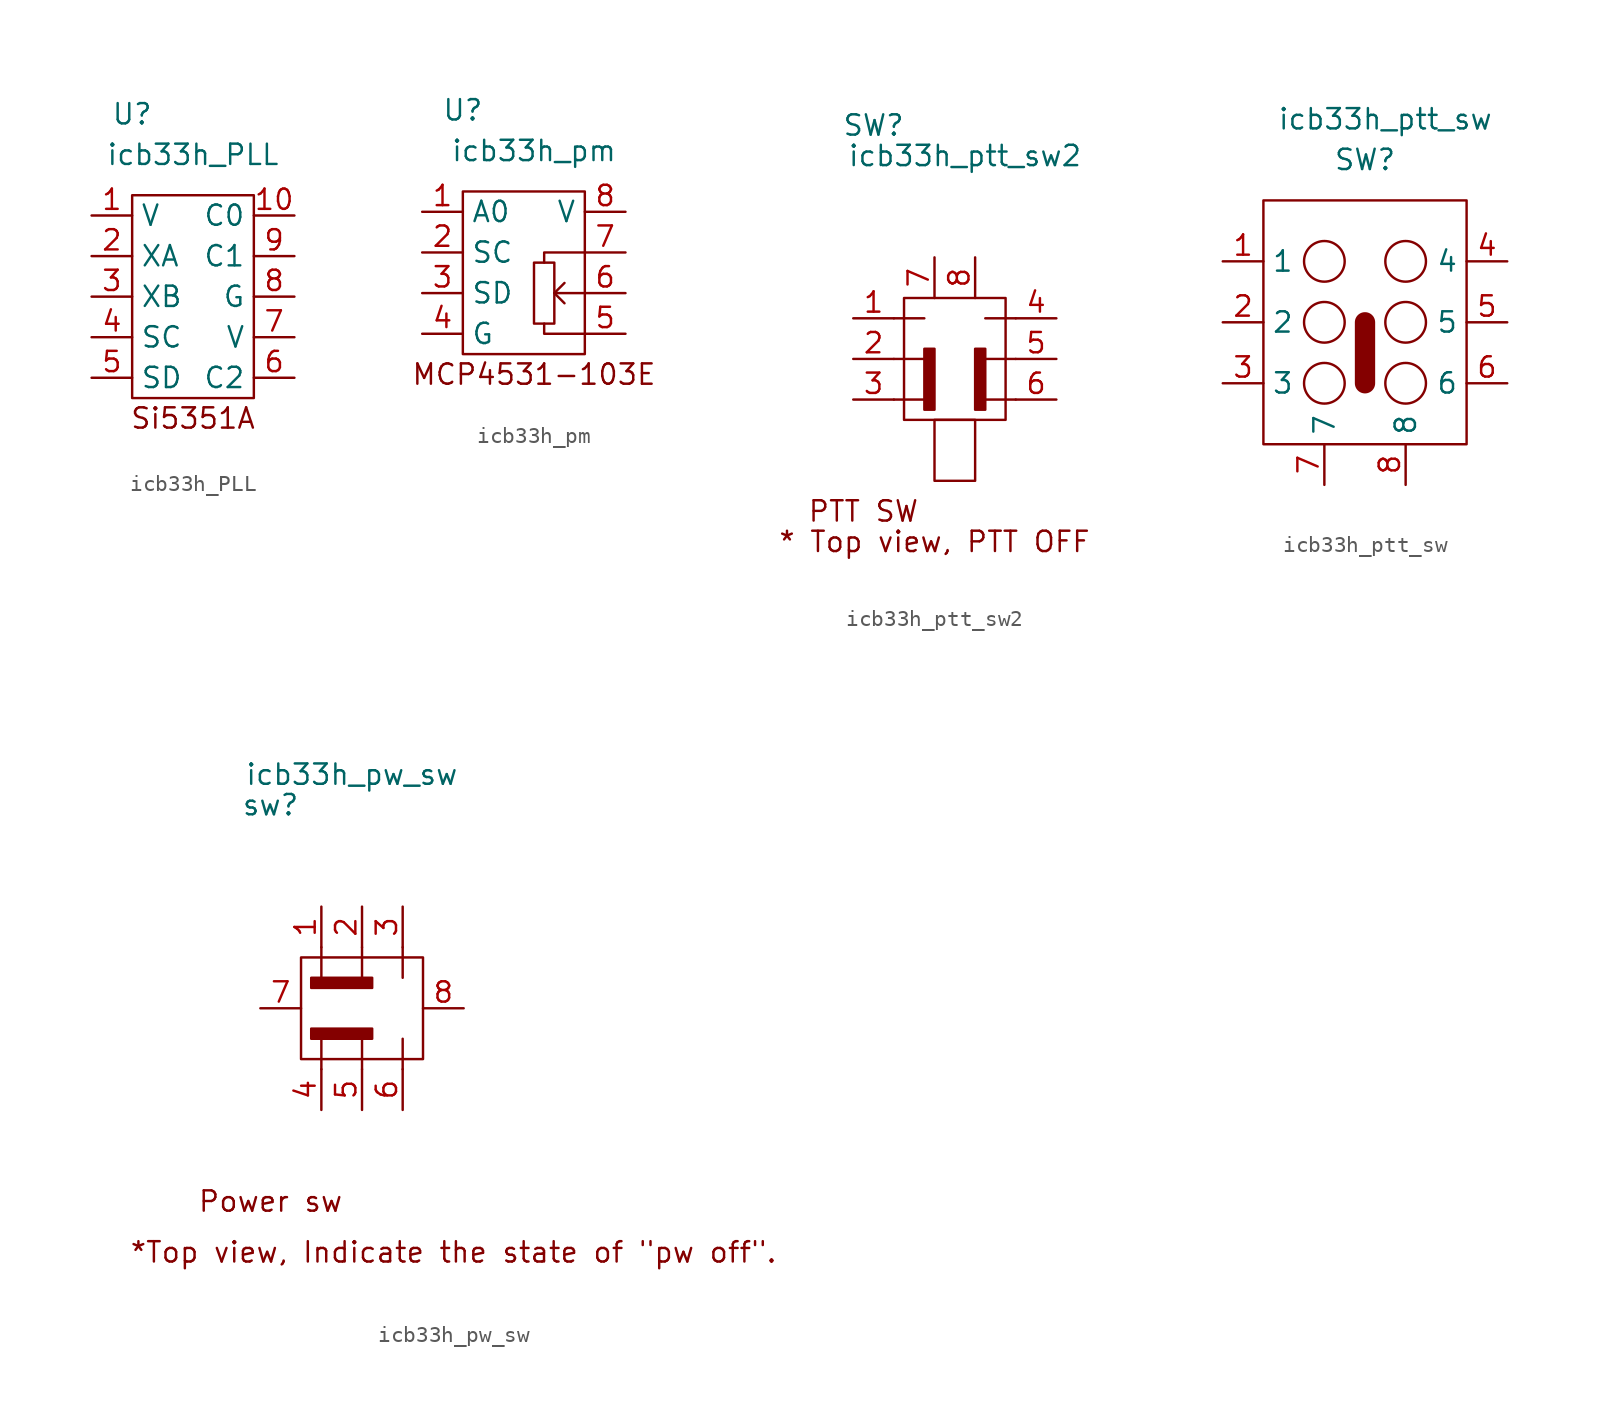
<source format=kicad_sym>
(kicad_symbol_lib
  (version 20211014)
  (generator kicad_symbol_editor)
  (symbol "icb33h_PLL"
    (property "Reference" "U"
      (at -5.08 11.43 0)
      (effects (font (size 1.27 1.27))))
    (property "Value" "icb33h_PLL"
      (at -1.27 8.89 0)
      (effects (font (size 1.27 1.27))))
    (symbol "icb33h_PLL_0_0"
      (rectangle (start -5.08 6.35) (end 2.54 -6.35) (stroke (width 0) (type default) (color 0 0 0 0)) (fill (type none)))
      (text "Si5351A" (at -1.27 -7.62 0) (effects (font (size 1.27 1.27)))))
    (symbol "icb33h_PLL_1_1"
      (pin passive line (at -7.62 5.08 0) (length 2.54) (name "V" (effects (font (size 1.27 1.27)))) (number "1" (effects (font (size 1.27 1.27)))))
      (pin passive line (at 5.08 5.08 180) (length 2.54) (name "C0" (effects (font (size 1.27 1.27)))) (number "10" (effects (font (size 1.27 1.27)))))
      (pin passive line (at -7.62 2.54 0) (length 2.54) (name "XA" (effects (font (size 1.27 1.27)))) (number "2" (effects (font (size 1.27 1.27)))))
      (pin passive line (at -7.62 0 0) (length 2.54) (name "XB" (effects (font (size 1.27 1.27)))) (number "3" (effects (font (size 1.27 1.27)))))
      (pin passive line (at -7.62 -2.54 0) (length 2.54) (name "SC" (effects (font (size 1.27 1.27)))) (number "4" (effects (font (size 1.27 1.27)))))
      (pin passive line (at -7.62 -5.08 0) (length 2.54) (name "SD" (effects (font (size 1.27 1.27)))) (number "5" (effects (font (size 1.27 1.27)))))
      (pin passive line (at 5.08 -5.08 180) (length 2.54) (name "C2" (effects (font (size 1.27 1.27)))) (number "6" (effects (font (size 1.27 1.27)))))
      (pin passive line (at 5.08 -2.54 180) (length 2.54) (name "V" (effects (font (size 1.27 1.27)))) (number "7" (effects (font (size 1.27 1.27)))))
      (pin passive line (at 5.08 0 180) (length 2.54) (name "G" (effects (font (size 1.27 1.27)))) (number "8" (effects (font (size 1.27 1.27)))))
      (pin passive line (at 5.08 2.54 180) (length 2.54) (name "C1" (effects (font (size 1.27 1.27)))) (number "9" (effects (font (size 1.27 1.27)))))))
  (symbol "icb33h_pm"
    (property "Reference" "U"
      (at -6.35 10.16 0)
      (effects (font (size 1.27 1.27))))
    (property "Value" "icb33h_pm"
      (at -1.905 7.62 0)
      (effects (font (size 1.27 1.27))))
    (symbol "icb33h_pm_0_0"
      (rectangle (start -6.35 5.08) (end 1.27 -5.08) (stroke (width 0) (type default) (color 0 0 0 0)) (fill (type none)))
      (rectangle (start -1.905 0.635) (end -0.635 -3.175) (stroke (width 0) (type default) (color 0 0 0 0)) (fill (type none)))
      (polyline (pts (xy -0.635 -1.27) (xy 0 -1.905)) (stroke (width 0) (type default) (color 0 0 0 0)) (fill (type none)))
      (polyline (pts (xy -1.27 -3.175) (xy -1.27 -3.81) (xy 1.27 -3.81)) (stroke (width 0) (type default) (color 0 0 0 0)) (fill (type none)))
      (polyline (pts (xy 1.27 -1.27) (xy -0.635 -1.27) (xy 0 -0.635)) (stroke (width 0) (type default) (color 0 0 0 0)) (fill (type none)))
      (polyline (pts (xy 1.27 1.27) (xy -1.27 1.27) (xy -1.27 0.635)) (stroke (width 0) (type default) (color 0 0 0 0)) (fill (type none)))
      (text "MCP4531-103E" (at -1.905 -6.35 0) (effects (font (size 1.27 1.27)))))
    (symbol "icb33h_pm_1_1"
      (pin passive line (at -8.89 3.81 0) (length 2.54) (name "A0" (effects (font (size 1.27 1.27)))) (number "1" (effects (font (size 1.27 1.27)))))
      (pin passive line (at -8.89 1.27 0) (length 2.54) (name "SC" (effects (font (size 1.27 1.27)))) (number "2" (effects (font (size 1.27 1.27)))))
      (pin passive line (at -8.89 -1.27 0) (length 2.54) (name "SD" (effects (font (size 1.27 1.27)))) (number "3" (effects (font (size 1.27 1.27)))))
      (pin passive line (at -8.89 -3.81 0) (length 2.54) (name "G" (effects (font (size 1.27 1.27)))) (number "4" (effects (font (size 1.27 1.27)))))
      (pin passive line (at 3.81 -3.81 180) (length 2.54) (name "" (effects (font (size 1.27 1.27)))) (number "5" (effects (font (size 1.27 1.27)))))
      (pin passive line (at 3.81 -1.27 180) (length 2.54) (name "" (effects (font (size 1.27 1.27)))) (number "6" (effects (font (size 1.27 1.27)))))
      (pin passive line (at 3.81 1.27 180) (length 2.54) (name "" (effects (font (size 1.27 1.27)))) (number "7" (effects (font (size 1.27 1.27)))))
      (pin passive line (at 3.81 3.81 180) (length 2.54) (name "V" (effects (font (size 1.27 1.27)))) (number "8" (effects (font (size 1.27 1.27)))))))
  (symbol "icb33h_ptt_sw2"
    (property "Reference" "SW"
      (at -5.08 14.605 0)
      (effects (font (size 1.27 1.27))))
    (property "Value" "icb33h_ptt_sw2"
      (at 0.635 12.7 0)
      (effects (font (size 1.27 1.27))))
    (symbol "icb33h_ptt_sw2_0_0"
      (rectangle (start -3.175 3.81) (end 3.175 -3.81) (stroke (width 0) (type default) (color 0 0 0 0)) (fill (type none)))
      (rectangle (start -1.905 0.635) (end -1.27 -3.175) (stroke (width 0) (type default) (color 0 0 0 0)) (fill (type outline)))
      (rectangle (start -1.27 -3.81) (end 1.27 -7.62) (stroke (width 0) (type default) (color 0 0 0 0)) (fill (type none)))
      (polyline (pts (xy -3.81 0) (xy -1.905 0)) (stroke (width 0) (type default) (color 0 0 0 0)) (fill (type none)))
      (polyline (pts (xy -3.81 2.54) (xy -1.905 2.54)) (stroke (width 0) (type default) (color 0 0 0 0)) (fill (type none)))
      (polyline (pts (xy -1.905 -2.54) (xy -3.81 -2.54)) (stroke (width 0) (type default) (color 0 0 0 0)) (fill (type none)))
      (polyline (pts (xy 3.81 -2.54) (xy 1.905 -2.54)) (stroke (width 0) (type default) (color 0 0 0 0)) (fill (type none)))
      (polyline (pts (xy 3.81 0) (xy 1.905 0)) (stroke (width 0) (type default) (color 0 0 0 0)) (fill (type none)))
      (polyline (pts (xy 3.81 2.54) (xy 1.905 2.54)) (stroke (width 0) (type default) (color 0 0 0 0)) (fill (type none)))
      (rectangle (start 1.27 0.635) (end 1.905 -3.175) (stroke (width 0) (type default) (color 0 0 0 0)) (fill (type outline)))
      (text "* Top view, PTT OFF" (at -1.27 -11.43 0) (effects (font (size 1.27 1.27))))
      (text "PTT SW" (at -5.715 -9.525 0) (effects (font (size 1.27 1.27)))))
    (symbol "icb33h_ptt_sw2_1_1"
      (pin passive line (at -6.35 2.54 0) (length 2.54) (name "" (effects (font (size 1.27 1.27)))) (number "1" (effects (font (size 1.27 1.27)))))
      (pin passive line (at -6.35 0 0) (length 2.54) (name "" (effects (font (size 1.27 1.27)))) (number "2" (effects (font (size 1.27 1.27)))))
      (pin passive line (at -6.35 -2.54 0) (length 2.54) (name "" (effects (font (size 1.27 1.27)))) (number "3" (effects (font (size 1.27 1.27)))))
      (pin passive line (at 6.35 2.54 180) (length 2.54) (name "" (effects (font (size 1.27 1.27)))) (number "4" (effects (font (size 1.27 1.27)))))
      (pin passive line (at 6.35 0 180) (length 2.54) (name "" (effects (font (size 1.27 1.27)))) (number "5" (effects (font (size 1.27 1.27)))))
      (pin passive line (at 6.35 -2.54 180) (length 2.54) (name "" (effects (font (size 1.27 1.27)))) (number "6" (effects (font (size 1.27 1.27)))))
      (pin passive line (at -1.27 6.35 270) (length 2.54) (name "" (effects (font (size 1.27 1.27)))) (number "7" (effects (font (size 1.27 1.27)))))
      (pin passive line (at 1.27 6.35 270) (length 2.54) (name "" (effects (font (size 1.27 1.27)))) (number "8" (effects (font (size 1.27 1.27)))))))
  (symbol "icb33h_ptt_sw"
    (property "Reference" "SW"
      (at 0 10.16 0)
      (effects (font (size 1.27 1.27))))
    (property "Value" "icb33h_ptt_sw"
      (at 1.27 12.7 0)
      (effects (font (size 1.27 1.27))))
    (symbol "icb33h_ptt_sw_0_1"
      (rectangle (start -6.35 7.62) (end 6.35 -7.62) (stroke (width 0) (type default) (color 0 0 0 0)) (fill (type none)))
      (circle (center -2.54 -3.81) (radius 1.27) (stroke (width 0) (type default) (color 0 0 0 0)) (fill (type none)))
      (circle (center -2.54 0) (radius 1.27) (stroke (width 0) (type default) (color 0 0 0 0)) (fill (type none)))
      (circle (center -2.54 3.81) (radius 1.27) (stroke (width 0) (type default) (color 0 0 0 0)) (fill (type none)))
      (polyline (pts (xy 0 0) (xy 0 -3.81)) (stroke (width 1.27) (type default) (color 0 0 0 0)) (fill (type none)))
      (circle (center 2.54 -3.81) (radius 1.27) (stroke (width 0) (type default) (color 0 0 0 0)) (fill (type none)))
      (circle (center 2.54 0) (radius 1.27) (stroke (width 0) (type default) (color 0 0 0 0)) (fill (type none)))
      (circle (center 2.54 3.81) (radius 1.27) (stroke (width 0) (type default) (color 0 0 0 0)) (fill (type none))))
    (symbol "icb33h_ptt_sw_1_1"
      (pin passive line (at -8.89 3.81 0) (length 2.54) (name "1" (effects (font (size 1.27 1.27)))) (number "1" (effects (font (size 1.27 1.27)))))
      (pin passive line (at -8.89 0 0) (length 2.54) (name "2" (effects (font (size 1.27 1.27)))) (number "2" (effects (font (size 1.27 1.27)))))
      (pin passive line (at -8.89 -3.81 0) (length 2.54) (name "3" (effects (font (size 1.27 1.27)))) (number "3" (effects (font (size 1.27 1.27)))))
      (pin passive line (at 8.89 3.81 180) (length 2.54) (name "4" (effects (font (size 1.27 1.27)))) (number "4" (effects (font (size 1.27 1.27)))))
      (pin passive line (at 8.89 0 180) (length 2.54) (name "5" (effects (font (size 1.27 1.27)))) (number "5" (effects (font (size 1.27 1.27)))))
      (pin passive line (at 8.89 -3.81 180) (length 2.54) (name "6" (effects (font (size 1.27 1.27)))) (number "6" (effects (font (size 1.27 1.27)))))
      (pin passive line (at -2.54 -10.16 90) (length 2.54) (name "7" (effects (font (size 1.27 1.27)))) (number "7" (effects (font (size 1.27 1.27)))))
      (pin passive line (at 2.54 -10.16 90) (length 2.54) (name "8" (effects (font (size 1.27 1.27)))) (number "8" (effects (font (size 1.27 1.27)))))))
  (symbol "icb33h_pw_sw"
    (property "Reference" "sw"
      (at -5.715 12.7 0)
      (effects (font (size 1.27 1.27))))
    (property "Value" "icb33h_pw_sw"
      (at -0.635 14.605 0)
      (effects (font (size 1.27 1.27))))
    (symbol "icb33h_pw_sw_0_0"
      (rectangle (start -3.81 3.175) (end 3.81 -3.175) (stroke (width 0) (type default) (color 0 0 0 0)) (fill (type none)))
      (rectangle (start -3.175 -1.27) (end 0.635 -1.905) (stroke (width 0) (type default) (color 0 0 0 0)) (fill (type outline)))
      (rectangle (start -3.175 1.905) (end 0.635 1.27) (stroke (width 0) (type default) (color 0 0 0 0)) (fill (type outline)))
      (polyline (pts (xy -2.54 -1.905) (xy -2.54 -3.81)) (stroke (width 0) (type default) (color 0 0 0 0)) (fill (type none)))
      (polyline (pts (xy -2.54 3.81) (xy -2.54 1.905)) (stroke (width 0) (type default) (color 0 0 0 0)) (fill (type none)))
      (polyline (pts (xy 0 -3.81) (xy 0 -1.905)) (stroke (width 0) (type default) (color 0 0 0 0)) (fill (type none)))
      (polyline (pts (xy 0 3.81) (xy 0 1.905)) (stroke (width 0) (type default) (color 0 0 0 0)) (fill (type none)))
      (polyline (pts (xy 2.54 -3.81) (xy 2.54 -1.905)) (stroke (width 0) (type default) (color 0 0 0 0)) (fill (type none)))
      (polyline (pts (xy 2.54 3.81) (xy 2.54 1.905)) (stroke (width 0) (type default) (color 0 0 0 0)) (fill (type none)))
      (text "*Top view, Indicate the state of \"pw off\"." (at 5.715 -15.24 0) (effects (font (size 1.27 1.27))))
      (text "Power sw" (at -5.715 -12.065 0) (effects (font (size 1.27 1.27)))))
    (symbol "icb33h_pw_sw_1_1"
      (pin passive line (at -2.54 6.35 270) (length 2.54) (name "" (effects (font (size 1.27 1.27)))) (number "1" (effects (font (size 1.27 1.27)))))
      (pin passive line (at 0 6.35 270) (length 2.54) (name "" (effects (font (size 1.27 1.27)))) (number "2" (effects (font (size 1.27 1.27)))))
      (pin passive line (at 2.54 6.35 270) (length 2.54) (name "" (effects (font (size 1.27 1.27)))) (number "3" (effects (font (size 1.27 1.27)))))
      (pin passive line (at -2.54 -6.35 90) (length 2.54) (name "" (effects (font (size 1.27 1.27)))) (number "4" (effects (font (size 1.27 1.27)))))
      (pin passive line (at 0 -6.35 90) (length 2.54) (name "" (effects (font (size 1.27 1.27)))) (number "5" (effects (font (size 1.27 1.27)))))
      (pin passive line (at 2.54 -6.35 90) (length 2.54) (name "" (effects (font (size 1.27 1.27)))) (number "6" (effects (font (size 1.27 1.27)))))
      (pin passive line (at -6.35 0 0) (length 2.54) (name "" (effects (font (size 1.27 1.27)))) (number "7" (effects (font (size 1.27 1.27)))))
      (pin passive line (at 6.35 0 180) (length 2.54) (name "" (effects (font (size 1.27 1.27)))) (number "8" (effects (font (size 1.27 1.27))))))))
</source>
